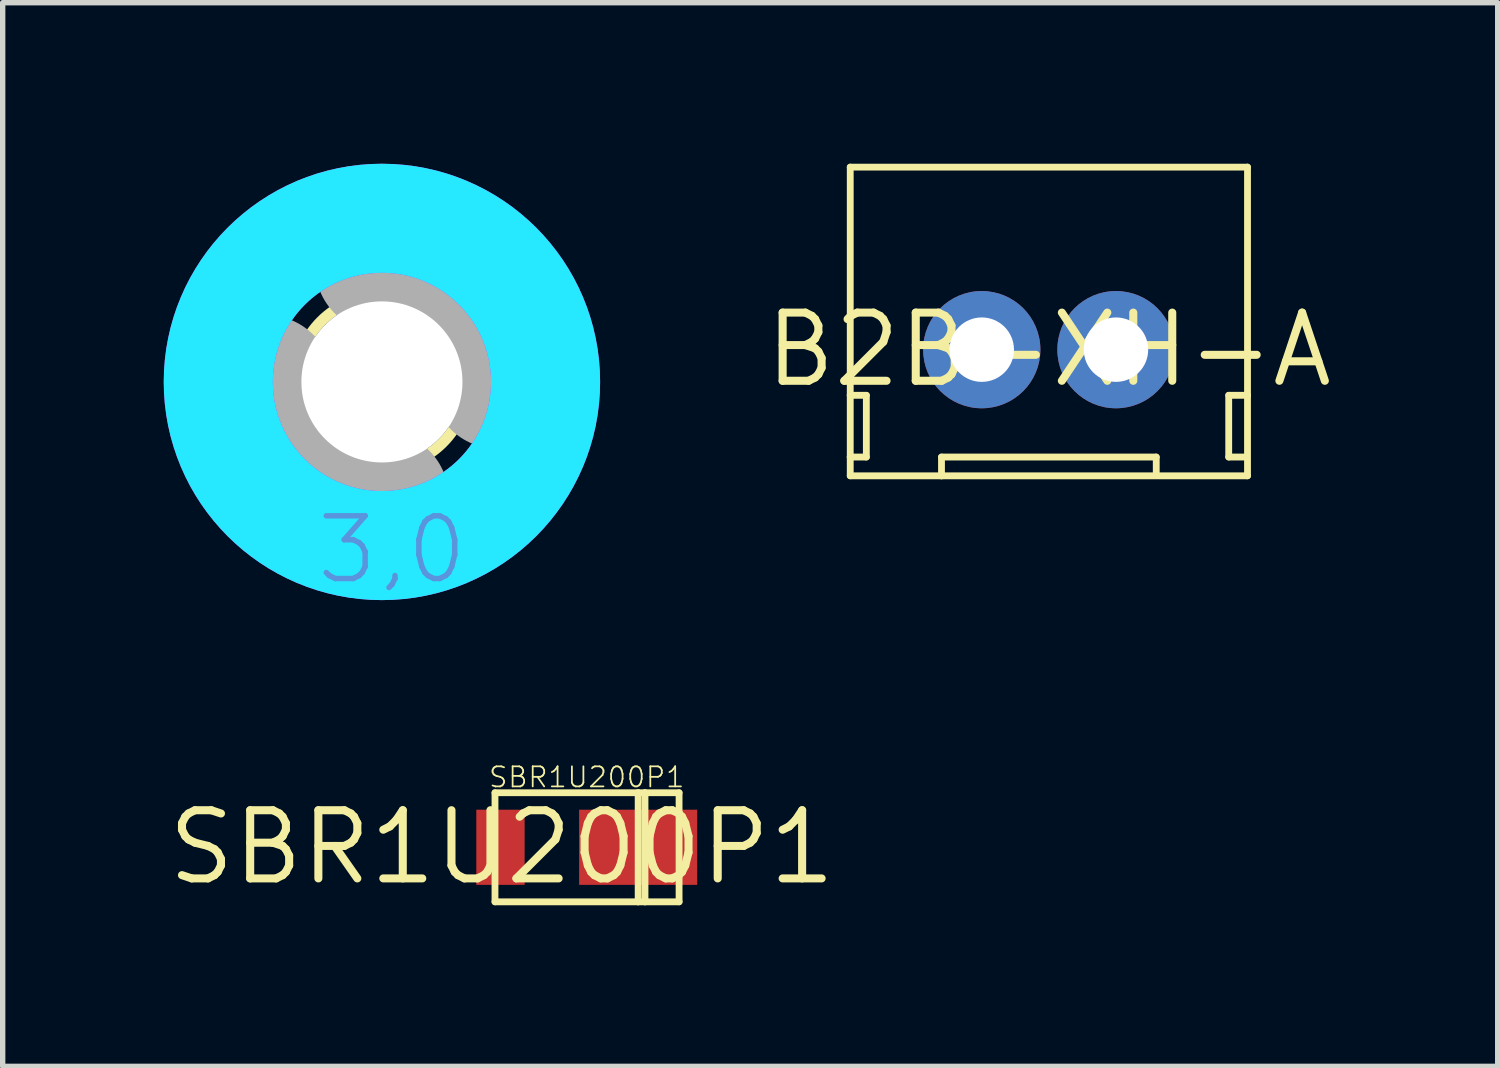
<source format=kicad_pcb>
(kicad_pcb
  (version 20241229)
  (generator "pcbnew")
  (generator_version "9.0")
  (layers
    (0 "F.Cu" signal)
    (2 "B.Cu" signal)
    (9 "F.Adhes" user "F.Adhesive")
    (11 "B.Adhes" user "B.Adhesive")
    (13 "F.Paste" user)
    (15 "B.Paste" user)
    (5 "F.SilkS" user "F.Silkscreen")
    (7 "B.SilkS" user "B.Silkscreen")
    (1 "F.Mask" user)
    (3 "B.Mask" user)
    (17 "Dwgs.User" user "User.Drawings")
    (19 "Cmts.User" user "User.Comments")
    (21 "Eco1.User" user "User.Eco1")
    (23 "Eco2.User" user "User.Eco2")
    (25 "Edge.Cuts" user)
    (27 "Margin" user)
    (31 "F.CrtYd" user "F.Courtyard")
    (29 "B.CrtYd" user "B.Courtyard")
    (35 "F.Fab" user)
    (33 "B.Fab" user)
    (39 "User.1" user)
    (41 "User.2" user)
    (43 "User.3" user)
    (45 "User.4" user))
  (footprint "SBR1U200P1"
    (layer "F.Cu")
    (at 6.297 12.732)
    (property "Reference" "SBR1U200P1" (at 0 0 0) (layer "F.SilkS") (effects (font (size 1.27 1.27) (thickness 0.15))))
    (fp_line (start -0.127 -1.016) (end -0.127 1.016) (stroke (width 0.127) (type solid)) (layer "F.SilkS"))
    (fp_line (start -0.127 1.016) (end 2.54 1.016) (stroke (width 0.127) (type solid)) (layer "F.SilkS"))
    (fp_line (start 2.54 -1.016) (end -0.127 -1.016) (stroke (width 0.127) (type solid)) (layer "F.SilkS"))
    (fp_line (start 2.54 -1.016) (end 2.54 1.016) (stroke (width 0.127) (type solid)) (layer "F.SilkS"))
    (fp_line (start 2.54 1.016) (end 2.667 1.016) (stroke (width 0.127) (type solid)) (layer "F.SilkS"))
    (fp_line (start 2.667 -1.016) (end 2.54 -1.016) (stroke (width 0.127) (type solid)) (layer "F.SilkS"))
    (fp_line (start 2.667 -1.016) (end 2.667 1.016) (stroke (width 0.127) (type solid)) (layer "F.SilkS"))
    (fp_line (start 2.667 1.016) (end 3.302 1.016) (stroke (width 0.127) (type solid)) (layer "F.SilkS"))
    (fp_line (start 3.302 -1.016) (end 2.667 -1.016) (stroke (width 0.127) (type solid)) (layer "F.SilkS"))
    (fp_line (start 3.302 1.016) (end 3.302 -1.016) (stroke (width 0.127) (type solid)) (layer "F.SilkS"))
    (fp_text user "SBR1U200P1" (at 3.429 -1.524 0) (layer "F.SilkS") (effects (font (size 0.374 0.374) (thickness 0.033)) (justify right top)))
    (pad "A" smd rect (at -0.025 0 180) (size 0.9 1.4) (layers "F.Cu" "F.Mask" "F.Paste"))
    (pad "K" smd rect (at 2.54 0 180) (size 2.2 1.4) (layers "F.Cu" "F.Mask" "F.Paste")))
  (footprint "B2B-XH-A"
    (layer "F.Cu")
    (at 16.487 3.463)
    (property "Reference" "B2B-XH-A" (at 0 0 0) (layer "F.SilkS") (effects (font (size 1.27 1.27) (thickness 0.15))))
    (fp_line (start -3.7 -3.4) (end 3.7 -3.4) (stroke (width 0.127) (type solid)) (layer "F.SilkS"))
    (fp_line (start -3.7 0.85) (end -3.7 -3.4) (stroke (width 0.127) (type solid)) (layer "F.SilkS"))
    (fp_line (start -3.7 0.85) (end -3.4 0.85) (stroke (width 0.127) (type solid)) (layer "F.SilkS"))
    (fp_line (start -3.7 2) (end -3.7 0.85) (stroke (width 0.127) (type solid)) (layer "F.SilkS"))
    (fp_line (start -3.7 2.35) (end -3.7 2) (stroke (width 0.127) (type solid)) (layer "F.SilkS"))
    (fp_line (start -3.7 2.35) (end -2 2.35) (stroke (width 0.127) (type solid)) (layer "F.SilkS"))
    (fp_line (start -3.4 0.85) (end -3.4 2) (stroke (width 0.127) (type solid)) (layer "F.SilkS"))
    (fp_line (start -3.4 2) (end -3.7 2) (stroke (width 0.127) (type solid)) (layer "F.SilkS"))
    (fp_line (start -2 2) (end 2 2) (stroke (width 0.127) (type solid)) (layer "F.SilkS"))
    (fp_line (start -2 2.35) (end -2 2) (stroke (width 0.127) (type solid)) (layer "F.SilkS"))
    (fp_line (start -2 2.35) (end 3.7 2.35) (stroke (width 0.127) (type solid)) (layer "F.SilkS"))
    (fp_line (start 2 2) (end 2 2.3) (stroke (width 0.127) (type solid)) (layer "F.SilkS"))
    (fp_line (start 3.35 0.85) (end 3.35 2) (stroke (width 0.127) (type solid)) (layer "F.SilkS"))
    (fp_line (start 3.35 2) (end 3.65 2) (stroke (width 0.127) (type solid)) (layer "F.SilkS"))
    (fp_line (start 3.7 -3.4) (end 3.7 0.85) (stroke (width 0.127) (type solid)) (layer "F.SilkS"))
    (fp_line (start 3.7 0.85) (end 3.35 0.85) (stroke (width 0.127) (type solid)) (layer "F.SilkS"))
    (fp_line (start 3.7 0.85) (end 3.7 2.35) (stroke (width 0.127) (type solid)) (layer "F.SilkS"))
    (pad "1" thru_hole circle (at -1.25 0 90) (size 2.184 2.184) (drill 1.2) (layers "*.Cu" "*.Mask"))
    (pad "2" thru_hole circle (at 1.25 0 90) (size 2.184 2.184) (drill 1.2) (layers "*.Cu" "*.Mask")))
  (footprint "3,0"
    (layer "F.Cu")
    (at 4.064 4.064)
    (property "Reference" "3,0" (at 0 0 0) (layer "F.SilkS") (effects (font (size 1.27 1.27) (thickness 0.15))))
    (fp_circle (center 0 0) (end 1.6 0) (stroke (width 0.203) (type solid)) (fill no) (layer "F.SilkS"))
    (fp_circle (center 0 0) (end 3.429 0) (stroke (width 0.152) (type solid)) (fill no) (layer "F.SilkS"))
    (fp_circle (center 0 0) (end 3.048 0) (stroke (width 2.032) (type solid)) (fill no) (layer "B.CrtYd"))
    (fp_circle (center 0 0) (end 3.048 0) (stroke (width 2.032) (type solid)) (fill no) (layer "F.CrtYd"))
    (fp_arc (start 0 -2.159) (mid 1.526644 -1.526644) (end 2.159 0) (stroke (width 2.4892) (type solid)) (layer "F.Fab"))
    (fp_arc (start 0 2.159) (mid -1.526644 1.526644) (end -2.159 0) (stroke (width 2.4892) (type solid)) (layer "F.Fab"))
    (fp_circle (center 0 0) (end 0.762 0) (stroke (width 0.457) (type solid)) (fill no) (layer "F.Fab"))
    (fp_text user "3,0" (at -1.27 3.81 0) (layer "Cmts.User") (effects (font (size 1.168 1.168) (thickness 0.102)) (justify left bottom)))
    (pad "" np_thru_hole circle (at 0 0) (size 3 3) (drill 3) (layers "*.Cu" "*.Mask"))
    (zone (net_name "") (layer "F.Cu") (hatch edge 0.508) (connect_pads) (min_thickness 0.254) (filled_areas_thickness no) (keepout (tracks not_allowed) (vias not_allowed) (pads not_allowed) (copperpour not_allowed) (footprints allowed)) (placement (enabled no)) (fill) (polygon (pts (xy 8.128 4.064) (xy 8.066 3.358) (xy 7.883 2.674) (xy 7.584 2.032) (xy 7.177 1.452) (xy 6.676 0.951) (xy 6.096 0.544) (xy 5.454 0.245) (xy 4.77 0.062) (xy 4.064 0) (xy 3.358 0.062) (xy 2.674 0.245) (xy 2.032 0.544) (xy 1.452 0.951) (xy 0.951 1.452) (xy 0.544 2.032) (xy 0.245 2.674) (xy 0.062 3.358) (xy 0 4.064) (xy 0.062 4.77) (xy 0.245 5.454) (xy 0.544 6.096) (xy 0.951 6.676) (xy 1.452 7.177) (xy 2.032 7.584) (xy 2.674 7.883) (xy 3.358 8.066) (xy 4.064 8.128) (xy 4.77 8.066) (xy 5.454 7.883) (xy 6.096 7.584) (xy 6.676 7.177) (xy 7.177 6.676) (xy 7.584 6.096) (xy 7.883 5.454) (xy 8.066 4.77))) (polygon (pts (xy 6.096 4.064) (xy 6.065 3.711) (xy 5.973 3.369) (xy 5.824 3.048) (xy 5.621 2.758) (xy 5.37 2.507) (xy 5.08 2.304) (xy 4.759 2.155) (xy 4.417 2.063) (xy 4.064 2.032) (xy 3.711 2.063) (xy 3.369 2.155) (xy 3.048 2.304) (xy 2.758 2.507) (xy 2.507 2.758) (xy 2.304 3.048) (xy 2.155 3.369) (xy 2.063 3.711) (xy 2.032 4.064) (xy 2.063 4.417) (xy 2.155 4.759) (xy 2.304 5.08) (xy 2.507 5.37) (xy 2.758 5.621) (xy 3.048 5.824) (xy 3.369 5.973) (xy 3.711 6.065) (xy 4.064 6.096) (xy 4.417 6.065) (xy 4.759 5.973) (xy 5.08 5.824) (xy 5.37 5.621) (xy 5.621 5.37) (xy 5.824 5.08) (xy 5.973 4.759) (xy 6.065 4.417))))
    (zone (net_name "") (layers "F.Cu" "B.Cu") (hatch edge 0.508) (connect_pads) (min_thickness 0.254) (filled_areas_thickness no) (keepout (tracks allowed) (vias not_allowed) (pads allowed) (copperpour allowed) (footprints allowed)) (placement (enabled no)) (fill) (polygon (pts (xy 8.128 4.064) (xy 8.066 3.358) (xy 7.883 2.674) (xy 7.584 2.032) (xy 7.177 1.452) (xy 6.676 0.951) (xy 6.096 0.544) (xy 5.454 0.245) (xy 4.77 0.062) (xy 4.064 0) (xy 3.358 0.062) (xy 2.674 0.245) (xy 2.032 0.544) (xy 1.452 0.951) (xy 0.951 1.452) (xy 0.544 2.032) (xy 0.245 2.674) (xy 0.062 3.358) (xy 0 4.064) (xy 0.062 4.77) (xy 0.245 5.454) (xy 0.544 6.096) (xy 0.951 6.676) (xy 1.452 7.177) (xy 2.032 7.584) (xy 2.674 7.883) (xy 3.358 8.066) (xy 4.064 8.128) (xy 4.77 8.066) (xy 5.454 7.883) (xy 6.096 7.584) (xy 6.676 7.177) (xy 7.177 6.676) (xy 7.584 6.096) (xy 7.883 5.454) (xy 8.066 4.77))) (polygon (pts (xy 6.096 4.064) (xy 6.065 3.711) (xy 5.973 3.369) (xy 5.824 3.048) (xy 5.621 2.758) (xy 5.37 2.507) (xy 5.08 2.304) (xy 4.759 2.155) (xy 4.417 2.063) (xy 4.064 2.032) (xy 3.711 2.063) (xy 3.369 2.155) (xy 3.048 2.304) (xy 2.758 2.507) (xy 2.507 2.758) (xy 2.304 3.048) (xy 2.155 3.369) (xy 2.063 3.711) (xy 2.032 4.064) (xy 2.063 4.417) (xy 2.155 4.759) (xy 2.304 5.08) (xy 2.507 5.37) (xy 2.758 5.621) (xy 3.048 5.824) (xy 3.369 5.973) (xy 3.711 6.065) (xy 4.064 6.096) (xy 4.417 6.065) (xy 4.759 5.973) (xy 5.08 5.824) (xy 5.37 5.621) (xy 5.621 5.37) (xy 5.824 5.08) (xy 5.973 4.759) (xy 6.065 4.417))))
    (zone (net_name "") (layer "B.Cu") (hatch edge 0.508) (connect_pads) (min_thickness 0.254) (filled_areas_thickness no) (keepout (tracks not_allowed) (vias not_allowed) (pads not_allowed) (copperpour not_allowed) (footprints allowed)) (placement (enabled no)) (fill) (polygon (pts (xy 8.128 4.064) (xy 8.066 3.358) (xy 7.883 2.674) (xy 7.584 2.032) (xy 7.177 1.452) (xy 6.676 0.951) (xy 6.096 0.544) (xy 5.454 0.245) (xy 4.77 0.062) (xy 4.064 0) (xy 3.358 0.062) (xy 2.674 0.245) (xy 2.032 0.544) (xy 1.452 0.951) (xy 0.951 1.452) (xy 0.544 2.032) (xy 0.245 2.674) (xy 0.062 3.358) (xy 0 4.064) (xy 0.062 4.77) (xy 0.245 5.454) (xy 0.544 6.096) (xy 0.951 6.676) (xy 1.452 7.177) (xy 2.032 7.584) (xy 2.674 7.883) (xy 3.358 8.066) (xy 4.064 8.128) (xy 4.77 8.066) (xy 5.454 7.883) (xy 6.096 7.584) (xy 6.676 7.177) (xy 7.177 6.676) (xy 7.584 6.096) (xy 7.883 5.454) (xy 8.066 4.77))) (polygon (pts (xy 6.096 4.064) (xy 6.065 3.711) (xy 5.973 3.369) (xy 5.824 3.048) (xy 5.621 2.758) (xy 5.37 2.507) (xy 5.08 2.304) (xy 4.759 2.155) (xy 4.417 2.063) (xy 4.064 2.032) (xy 3.711 2.063) (xy 3.369 2.155) (xy 3.048 2.304) (xy 2.758 2.507) (xy 2.507 2.758) (xy 2.304 3.048) (xy 2.155 3.369) (xy 2.063 3.711) (xy 2.032 4.064) (xy 2.063 4.417) (xy 2.155 4.759) (xy 2.304 5.08) (xy 2.507 5.37) (xy 2.758 5.621) (xy 3.048 5.824) (xy 3.369 5.973) (xy 3.711 6.065) (xy 4.064 6.096) (xy 4.417 6.065) (xy 4.759 5.973) (xy 5.08 5.824) (xy 5.37 5.621) (xy 5.621 5.37) (xy 5.824 5.08) (xy 5.973 4.759) (xy 6.065 4.417)))))
  (gr_rect
    (start -3 -3)
    (end 24.847 16.812)
    (stroke (width 0.1) (type default))
    (fill no)
    (layer "Edge.Cuts")))
</source>
